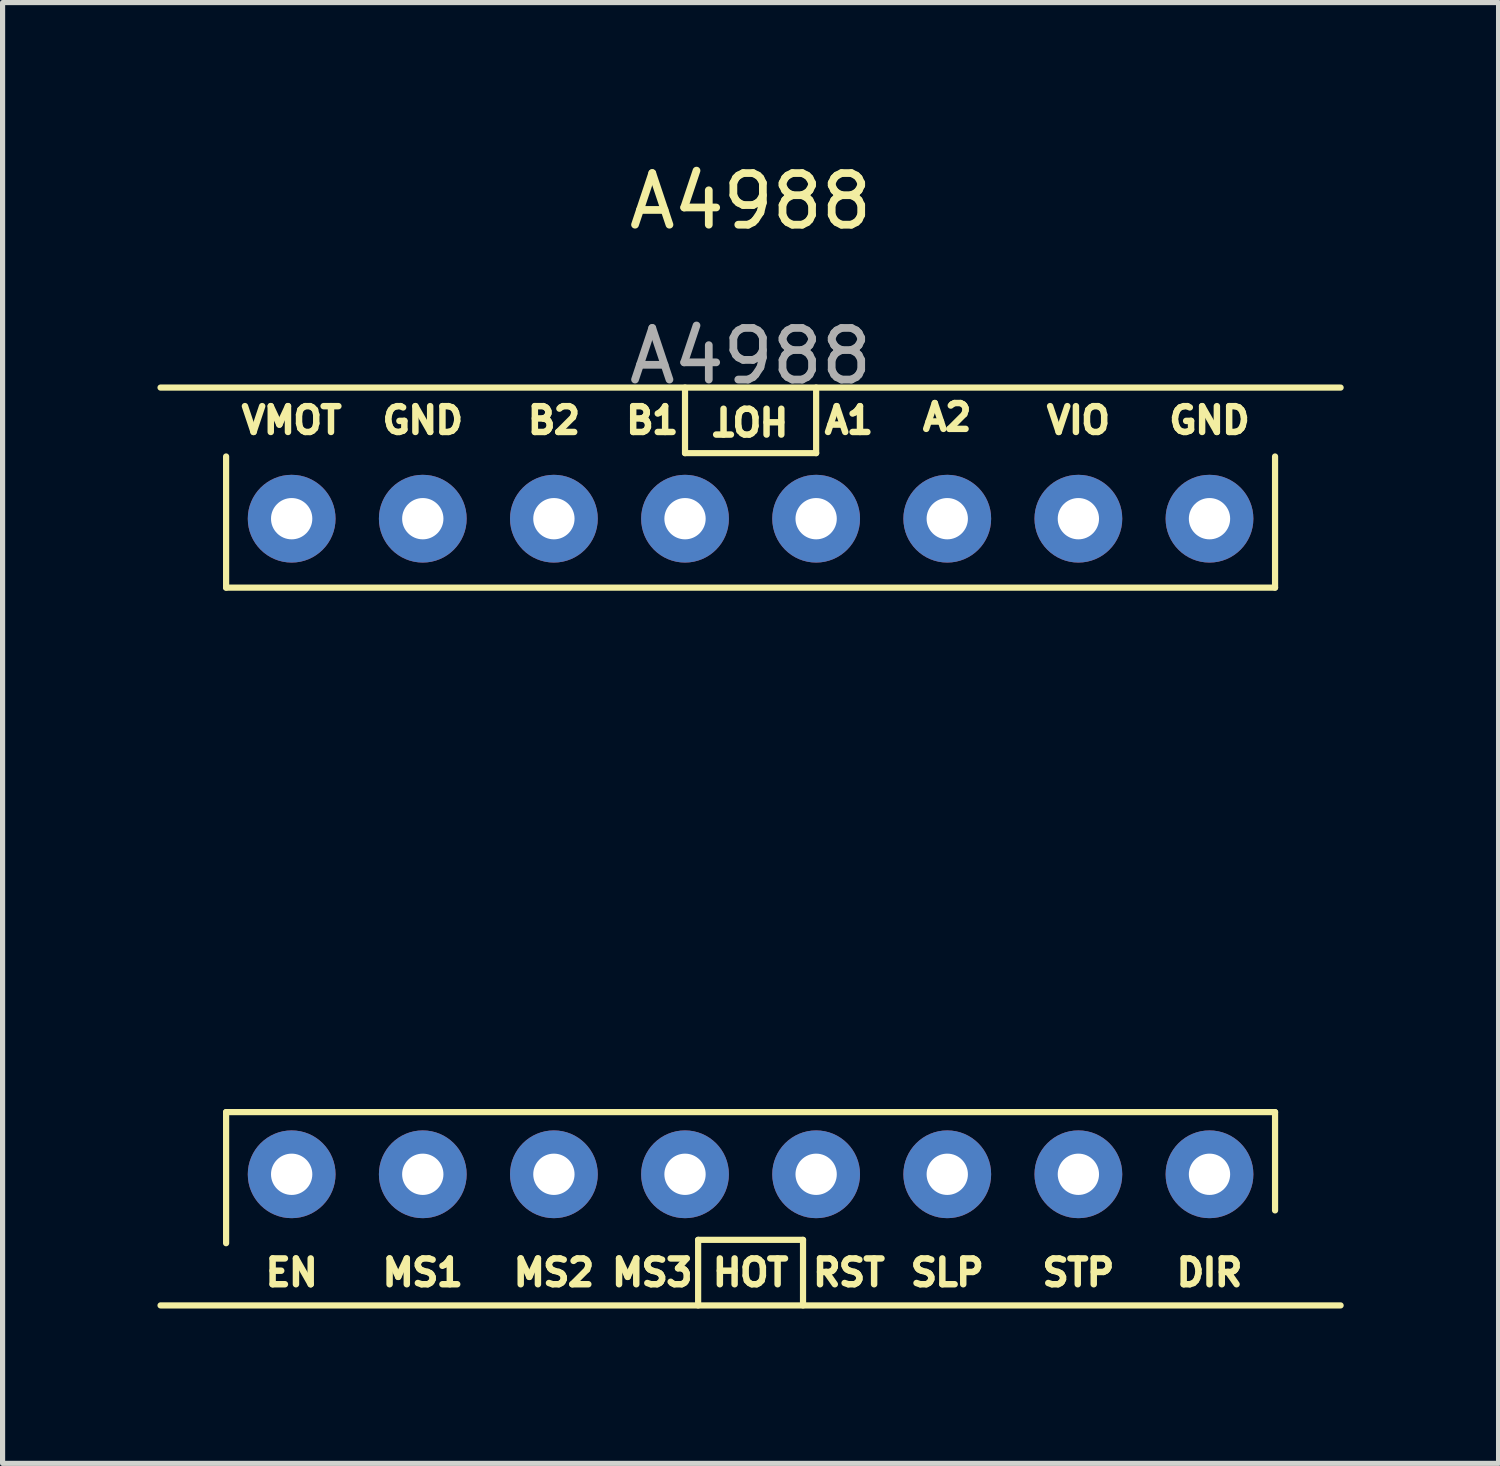
<source format=kicad_pcb>
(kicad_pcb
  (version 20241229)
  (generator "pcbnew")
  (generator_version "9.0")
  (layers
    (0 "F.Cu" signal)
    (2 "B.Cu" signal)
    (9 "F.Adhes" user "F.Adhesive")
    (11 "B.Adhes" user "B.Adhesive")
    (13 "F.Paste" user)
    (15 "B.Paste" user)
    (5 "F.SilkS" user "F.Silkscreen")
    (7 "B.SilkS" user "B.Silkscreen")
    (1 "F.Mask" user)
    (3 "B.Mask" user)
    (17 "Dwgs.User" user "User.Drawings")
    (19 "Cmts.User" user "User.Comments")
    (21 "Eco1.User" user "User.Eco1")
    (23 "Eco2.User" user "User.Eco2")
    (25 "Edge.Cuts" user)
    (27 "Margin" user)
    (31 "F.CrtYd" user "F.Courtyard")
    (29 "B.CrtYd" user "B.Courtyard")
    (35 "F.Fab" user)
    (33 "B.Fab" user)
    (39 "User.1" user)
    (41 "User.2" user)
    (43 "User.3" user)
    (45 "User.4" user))
  (footprint "A4988"
    (layer "F.Cu")
    (at 11.49 1.348)
    (property "Reference" "A4988" (at 0 -0.5 0) (unlocked yes) (layer "F.SilkS") (effects (font (size 1 1) (thickness 0.15))))
    (attr smd)
    (fp_line (start -11.43 20.89) (end 11.43 20.89) (stroke (width 0.12) (type solid)) (layer "F.SilkS"))
    (fp_line (start -10.16 4.445) (end -10.16 6.985) (stroke (width 0.12) (type solid)) (layer "F.SilkS"))
    (fp_line (start -10.16 6.985) (end 10.16 6.985) (stroke (width 0.12) (type solid)) (layer "F.SilkS"))
    (fp_line (start -10.16 17.145) (end -10.16 19.685) (stroke (width 0.12) (type solid)) (layer "F.SilkS"))
    (fp_line (start -10.16 17.145) (end 10.16 17.145) (stroke (width 0.12) (type solid)) (layer "F.SilkS"))
    (fp_line (start -1.27 4.38) (end -1.27 3.11) (stroke (width 0.12) (type solid)) (layer "F.SilkS"))
    (fp_line (start -1.016 19.62) (end -1.016 20.89) (stroke (width 0.12) (type solid)) (layer "F.SilkS"))
    (fp_line (start -1.016 19.62) (end 1.016 19.62) (stroke (width 0.12) (type solid)) (layer "F.SilkS"))
    (fp_line (start 1.016 19.62) (end 1.016 20.89) (stroke (width 0.12) (type solid)) (layer "F.SilkS"))
    (fp_line (start 1.27 3.11) (end 1.27 4.38) (stroke (width 0.12) (type solid)) (layer "F.SilkS"))
    (fp_line (start 1.27 4.38) (end -1.27 4.38) (stroke (width 0.12) (type solid)) (layer "F.SilkS"))
    (fp_line (start 10.16 4.445) (end 10.16 6.985) (stroke (width 0.12) (type solid)) (layer "F.SilkS"))
    (fp_line (start 10.16 17.145) (end 10.16 19.05) (stroke (width 0.12) (type solid)) (layer "F.SilkS"))
    (fp_line (start 11.43 3.11) (end -11.43 3.11) (stroke (width 0.12) (type solid)) (layer "F.SilkS"))
    (fp_text user "SLP" (at 3.81 20.255 0) (unlocked yes) (layer "F.SilkS") (effects (font (size 0.5 0.5) (thickness 0.125))))
    (fp_text user "HOT" (at 0 3.745 180) (unlocked yes) (layer "F.SilkS") (effects (font (size 0.5 0.5) (thickness 0.125))))
    (fp_text user "B1" (at -1.905 3.745 0) (unlocked yes) (layer "F.SilkS") (effects (font (size 0.5 0.5) (thickness 0.125))))
    (fp_text user "RST" (at 1.905 20.255 0) (unlocked yes) (layer "F.SilkS") (effects (font (size 0.5 0.5) (thickness 0.125))))
    (fp_text user "GND" (at 8.89 3.745 0) (unlocked yes) (layer "F.SilkS") (effects (font (size 0.5 0.5) (thickness 0.125))))
    (fp_text user "MS3" (at -1.905 20.255 0) (unlocked yes) (layer "F.SilkS") (effects (font (size 0.5 0.5) (thickness 0.125))))
    (fp_text user "VMOT" (at -8.89 3.745 0) (unlocked yes) (layer "F.SilkS") (effects (font (size 0.5 0.5) (thickness 0.125))))
    (fp_text user "HOT" (at 0 20.255 0) (unlocked yes) (layer "F.SilkS") (effects (font (size 0.5 0.5) (thickness 0.125))))
    (fp_text user "VIO" (at 6.35 3.745 0) (unlocked yes) (layer "F.SilkS") (effects (font (size 0.5 0.5) (thickness 0.125))))
    (fp_text user "MS2" (at -3.81 20.255 0) (unlocked yes) (layer "F.SilkS") (effects (font (size 0.5 0.5) (thickness 0.125))))
    (fp_text user "MS1" (at -6.35 20.255 0) (unlocked yes) (layer "F.SilkS") (effects (font (size 0.5 0.5) (thickness 0.125))))
    (fp_text user "A1" (at 1.905 3.745 0) (unlocked yes) (layer "F.SilkS") (effects (font (size 0.5 0.5) (thickness 0.125))))
    (fp_text user "B2" (at -3.81 3.745 0) (unlocked yes) (layer "F.SilkS") (effects (font (size 0.5 0.5) (thickness 0.125))))
    (fp_text user "STP" (at 6.35 20.255 0) (unlocked yes) (layer "F.SilkS") (effects (font (size 0.5 0.5) (thickness 0.125))))
    (fp_text user "DIR" (at 8.89 20.255 0) (unlocked yes) (layer "F.SilkS") (effects (font (size 0.5 0.5) (thickness 0.125))))
    (fp_text user "GND" (at -6.35 3.745 0) (unlocked yes) (layer "F.SilkS") (effects (font (size 0.5 0.5) (thickness 0.125))))
    (fp_text user "A2" (at 3.807 3.685 0) (unlocked yes) (layer "F.SilkS") (effects (font (size 0.5 0.5) (thickness 0.125))))
    (fp_text user "EN" (at -8.89 20.255 0) (unlocked yes) (layer "F.SilkS") (effects (font (size 0.5 0.5) (thickness 0.125))))
    (fp_text user "${REFERENCE}" (at 0 2.5 0) (unlocked yes) (layer "F.Fab") (effects (font (size 1 1) (thickness 0.15))))
    (pad "1" thru_hole circle (at -8.89 5.65) (size 1.7 1.7) (drill 0.8) (layers "*.Cu" "*.Mask"))
    (pad "2" thru_hole circle (at -6.35 5.65) (size 1.7 1.7) (drill 0.8) (layers "*.Cu" "*.Mask"))
    (pad "3" thru_hole circle (at -3.81 5.65) (size 1.7 1.7) (drill 0.8) (layers "*.Cu" "*.Mask"))
    (pad "4" thru_hole circle (at -1.27 5.65) (size 1.7 1.7) (drill 0.8) (layers "*.Cu" "*.Mask"))
    (pad "5" thru_hole circle (at 1.27 5.65) (size 1.7 1.7) (drill 0.8) (layers "*.Cu" "*.Mask"))
    (pad "6" thru_hole circle (at 3.81 5.65) (size 1.7 1.7) (drill 0.8) (layers "*.Cu" "*.Mask"))
    (pad "7" thru_hole circle (at 6.35 5.65) (size 1.7 1.7) (drill 0.8) (layers "*.Cu" "*.Mask"))
    (pad "8" thru_hole circle (at 8.89 5.65) (size 1.7 1.7) (drill 0.8) (layers "*.Cu" "*.Mask"))
    (pad "9" thru_hole circle (at -8.89 18.35) (size 1.7 1.7) (drill 0.8) (layers "*.Cu" "*.Mask"))
    (pad "10" thru_hole circle (at -6.35 18.35) (size 1.7 1.7) (drill 0.8) (layers "*.Cu" "*.Mask"))
    (pad "11" thru_hole circle (at -3.81 18.35) (size 1.7 1.7) (drill 0.8) (layers "*.Cu" "*.Mask"))
    (pad "12" thru_hole circle (at -1.27 18.35) (size 1.7 1.7) (drill 0.8) (layers "*.Cu" "*.Mask"))
    (pad "13" thru_hole circle (at 1.27 18.35) (size 1.7 1.7) (drill 0.8) (layers "*.Cu" "*.Mask"))
    (pad "14" thru_hole circle (at 3.81 18.35) (size 1.7 1.7) (drill 0.8) (layers "*.Cu" "*.Mask"))
    (pad "15" thru_hole circle (at 6.35 18.35) (size 1.7 1.7) (drill 0.8) (layers "*.Cu" "*.Mask"))
    (pad "16" thru_hole circle (at 8.89 18.35) (size 1.7 1.7) (drill 0.8) (layers "*.Cu" "*.Mask")))
  (gr_rect
    (start -3 -3)
    (end 25.98 25.298)
    (stroke (width 0.1) (type default))
    (fill no)
    (layer "Edge.Cuts")))
</source>
